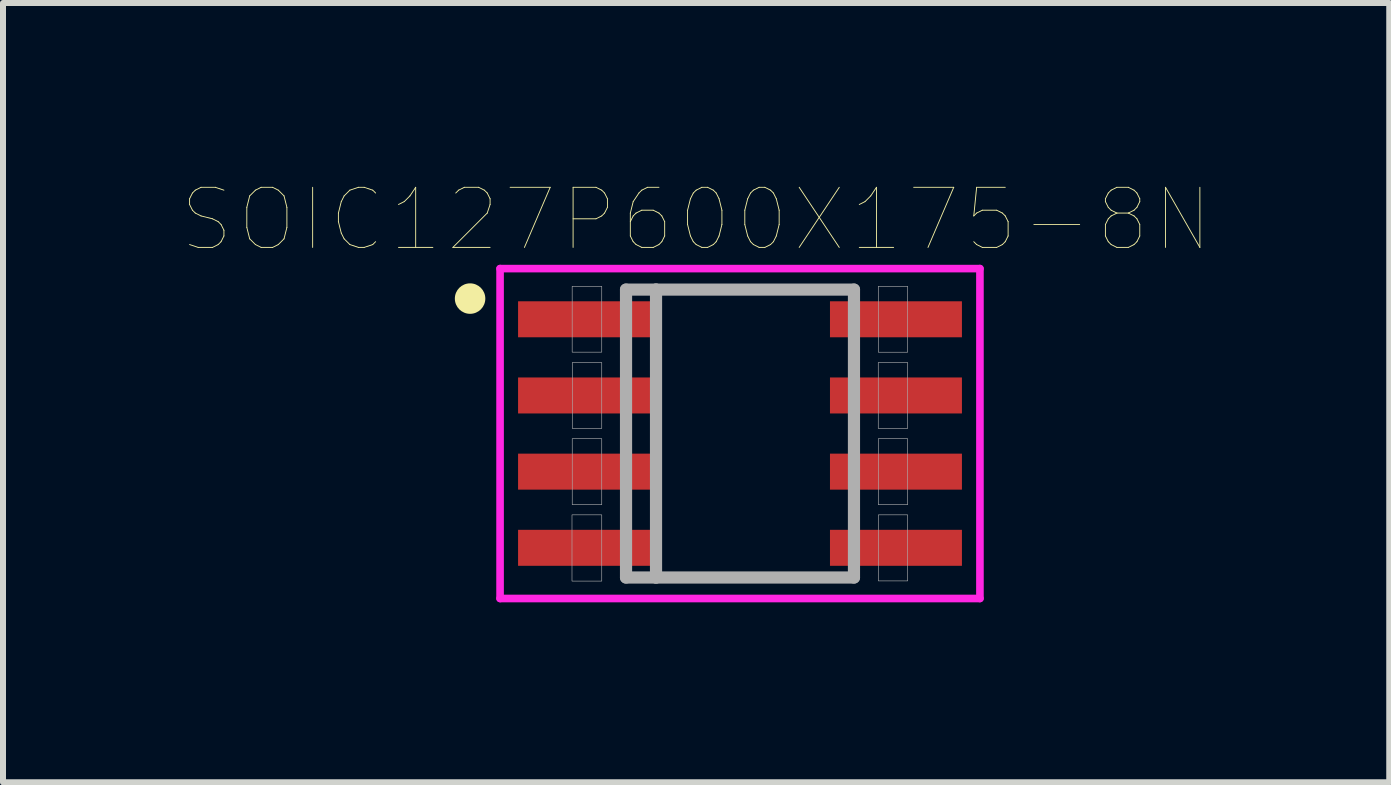
<source format=kicad_pcb>
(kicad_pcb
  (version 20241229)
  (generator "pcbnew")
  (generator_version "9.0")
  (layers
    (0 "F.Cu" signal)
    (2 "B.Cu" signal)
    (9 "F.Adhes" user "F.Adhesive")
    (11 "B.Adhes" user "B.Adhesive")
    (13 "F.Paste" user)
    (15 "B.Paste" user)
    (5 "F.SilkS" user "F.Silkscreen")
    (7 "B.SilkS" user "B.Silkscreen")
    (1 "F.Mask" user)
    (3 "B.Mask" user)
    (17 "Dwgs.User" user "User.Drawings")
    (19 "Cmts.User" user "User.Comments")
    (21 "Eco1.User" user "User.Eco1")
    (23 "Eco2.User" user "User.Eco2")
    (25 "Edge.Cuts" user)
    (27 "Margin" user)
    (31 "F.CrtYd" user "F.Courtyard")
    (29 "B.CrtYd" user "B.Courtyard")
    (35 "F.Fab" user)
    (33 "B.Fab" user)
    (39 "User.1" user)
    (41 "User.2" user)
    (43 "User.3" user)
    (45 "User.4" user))
  (footprint "SOIC127P600X175-8N"
    (layer "F.Cu")
    (at 9.287 4.178)
    (property "Reference" "SOIC127P600X175-8N" (at -0.731 -3.566 0) (layer "F.SilkS") (effects (font (size 1.002 1.002) (thickness 0.015))))
    (attr through_hole)
    (fp_circle (center -4.5 -2.25) (end -4.246 -2.25) (stroke (width 0) (type solid)) (fill yes) (layer "F.SilkS"))
    (fp_line (start -4 -2.75) (end 4 -2.75) (stroke (width 0.127) (type solid)) (layer "F.CrtYd"))
    (fp_line (start -4 2.75) (end -4 -2.75) (stroke (width 0.127) (type solid)) (layer "F.CrtYd"))
    (fp_line (start 4 -2.75) (end 4 2.75) (stroke (width 0.127) (type solid)) (layer "F.CrtYd"))
    (fp_line (start 4 2.75) (end -4 2.75) (stroke (width 0.127) (type solid)) (layer "F.CrtYd"))
    (fp_line (start -1.9 -2.4) (end -1.4 -2.4) (stroke (width 0.203) (type solid)) (layer "F.Fab"))
    (fp_line (start -1.9 2.4) (end -1.9 -2.4) (stroke (width 0.203) (type solid)) (layer "F.Fab"))
    (fp_line (start -1.4 -2.4) (end 1.9 -2.4) (stroke (width 0.203) (type solid)) (layer "F.Fab"))
    (fp_line (start -1.4 2.4) (end -1.9 2.4) (stroke (width 0.203) (type solid)) (layer "F.Fab"))
    (fp_line (start -1.4 2.4) (end -1.4 -2.4) (stroke (width 0.203) (type solid)) (layer "F.Fab"))
    (fp_line (start 1.9 -2.4) (end 1.9 2.4) (stroke (width 0.203) (type solid)) (layer "F.Fab"))
    (fp_line (start 1.9 2.4) (end -1.4 2.4) (stroke (width 0.203) (type solid)) (layer "F.Fab"))
    (fp_poly (pts (xy -2.801 1.355) (xy -2.305 1.355) (xy -2.305 2.46) (xy -2.801 2.46)) (stroke (width 0.01) (type solid)) (fill no) (layer "F.Fab"))
    (fp_poly (pts (xy -2.798 -2.455) (xy -2.305 -2.455) (xy -2.305 -1.357) (xy -2.798 -1.357)) (stroke (width 0.01) (type solid)) (fill no) (layer "F.Fab"))
    (fp_poly (pts (xy -2.797 0.085) (xy -2.305 0.085) (xy -2.305 1.186) (xy -2.797 1.186)) (stroke (width 0.01) (type solid)) (fill no) (layer "F.Fab"))
    (fp_poly (pts (xy -2.796 -1.185) (xy -2.305 -1.185) (xy -2.305 -0.085) (xy -2.796 -0.085)) (stroke (width 0.01) (type solid)) (fill no) (layer "F.Fab"))
    (fp_poly (pts (xy 2.305 -1.185) (xy 2.795 -1.185) (xy 2.795 -0.085) (xy 2.305 -0.085)) (stroke (width 0.01) (type solid)) (fill no) (layer "F.Fab"))
    (fp_poly (pts (xy 2.306 -2.455) (xy 2.795 -2.455) (xy 2.795 -1.356) (xy 2.306 -1.356)) (stroke (width 0.01) (type solid)) (fill no) (layer "F.Fab"))
    (fp_poly (pts (xy 2.306 0.085) (xy 2.795 0.085) (xy 2.795 1.186) (xy 2.306 1.186)) (stroke (width 0.01) (type solid)) (fill no) (layer "F.Fab"))
    (fp_poly (pts (xy 2.307 1.355) (xy 2.795 1.355) (xy 2.795 2.457) (xy 2.307 2.457)) (stroke (width 0.01) (type solid)) (fill no) (layer "F.Fab"))
    (pad "1" smd rect (at -2.6 -1.905) (size 2.2 0.6) (layers "F.Cu" "F.Mask" "F.Paste"))
    (pad "2" smd rect (at -2.6 -0.635) (size 2.2 0.6) (layers "F.Cu" "F.Mask" "F.Paste"))
    (pad "3" smd rect (at -2.6 0.635) (size 2.2 0.6) (layers "F.Cu" "F.Mask" "F.Paste"))
    (pad "4" smd rect (at -2.6 1.905) (size 2.2 0.6) (layers "F.Cu" "F.Mask" "F.Paste"))
    (pad "5" smd rect (at 2.6 1.905) (size 2.2 0.6) (layers "F.Cu" "F.Mask" "F.Paste"))
    (pad "6" smd rect (at 2.6 0.635) (size 2.2 0.6) (layers "F.Cu" "F.Mask" "F.Paste"))
    (pad "7" smd rect (at 2.6 -0.635) (size 2.2 0.6) (layers "F.Cu" "F.Mask" "F.Paste"))
    (pad "8" smd rect (at 2.6 -1.905) (size 2.2 0.6) (layers "F.Cu" "F.Mask" "F.Paste")))
  (gr_rect
    (start -3 -3)
    (end 20.111 9.992)
    (stroke (width 0.1) (type default))
    (fill no)
    (layer "Edge.Cuts")))
</source>
